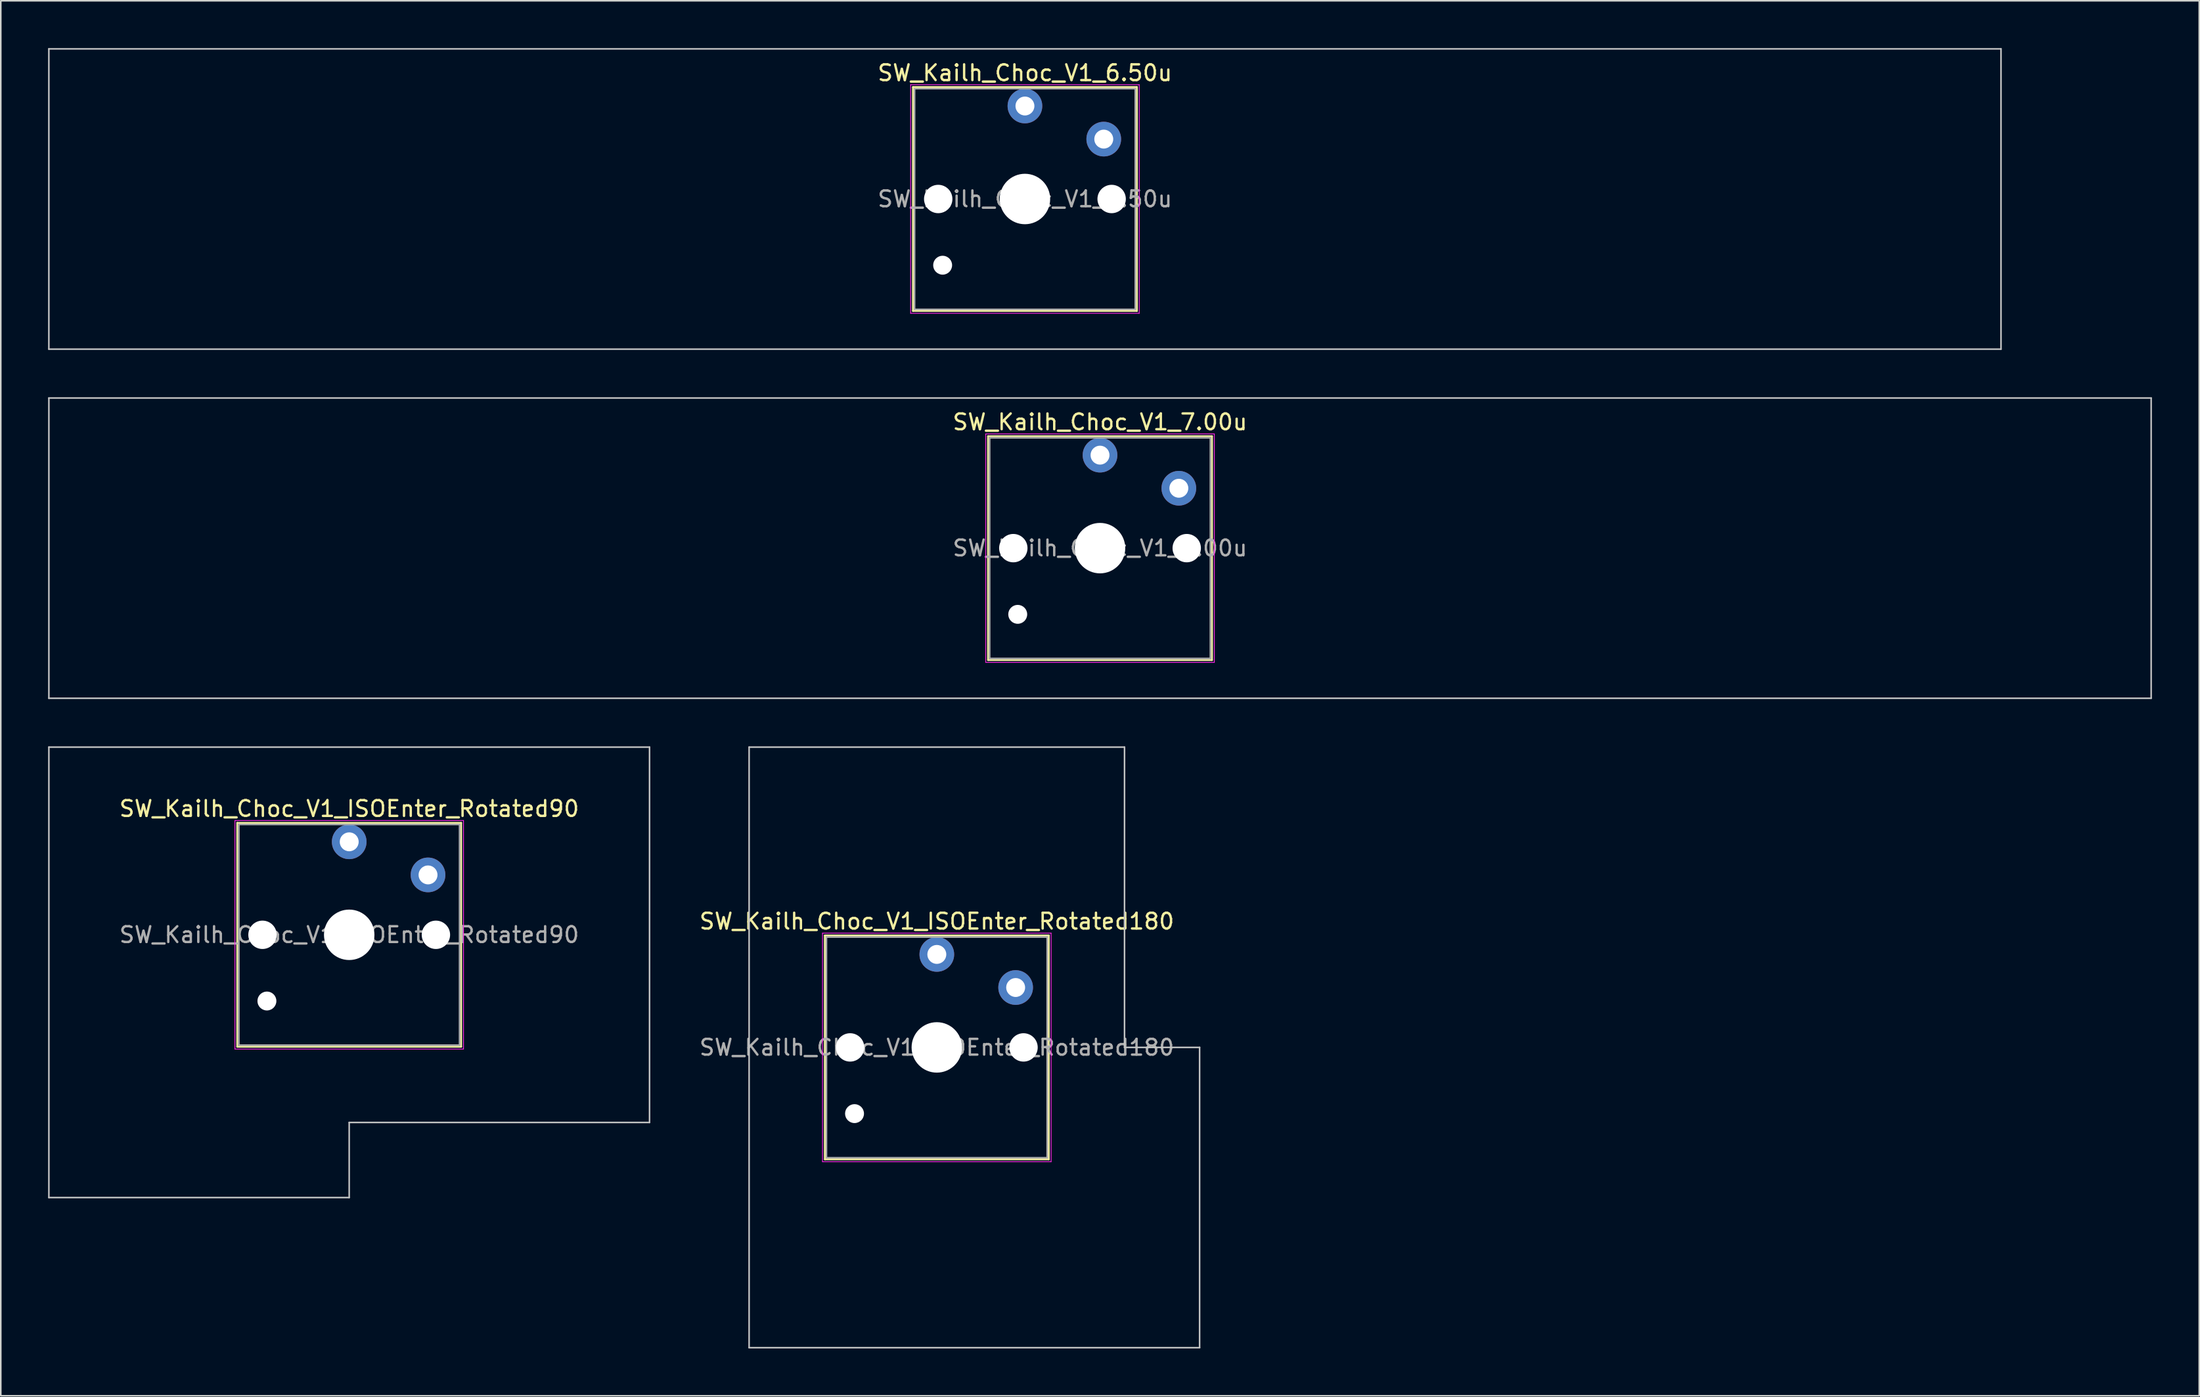
<source format=kicad_pcb>
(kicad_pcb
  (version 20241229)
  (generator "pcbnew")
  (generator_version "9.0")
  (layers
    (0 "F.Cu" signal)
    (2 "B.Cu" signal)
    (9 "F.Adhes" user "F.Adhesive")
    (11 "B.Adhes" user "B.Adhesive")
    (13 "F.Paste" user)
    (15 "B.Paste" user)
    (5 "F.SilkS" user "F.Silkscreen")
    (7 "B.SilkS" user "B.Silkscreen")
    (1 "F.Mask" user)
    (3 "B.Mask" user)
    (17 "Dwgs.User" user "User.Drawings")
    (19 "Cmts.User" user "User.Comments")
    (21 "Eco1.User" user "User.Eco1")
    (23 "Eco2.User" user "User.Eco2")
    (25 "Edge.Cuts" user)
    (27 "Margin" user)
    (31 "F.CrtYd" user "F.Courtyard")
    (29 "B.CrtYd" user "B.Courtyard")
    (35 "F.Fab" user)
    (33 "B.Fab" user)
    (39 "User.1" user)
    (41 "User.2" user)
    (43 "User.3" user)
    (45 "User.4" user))
  (footprint "SW_Kailh_Choc_V1_7.00u"
    (layer "F.Cu")
    (at 66.725 31.725)
    (property "Reference" "SW_Kailh_Choc_V1_7.00u" (at 0 -8 0) (layer "F.SilkS") (effects (font (size 1 1) (thickness 0.15))))
    (attr through_hole)
    (fp_line (start -7.1 -7.1) (end -7.1 7.1) (stroke (width 0.12) (type solid)) (layer "F.SilkS"))
    (fp_line (start -7.1 7.1) (end 7.1 7.1) (stroke (width 0.12) (type solid)) (layer "F.SilkS"))
    (fp_line (start 7.1 -7.1) (end -7.1 -7.1) (stroke (width 0.12) (type solid)) (layer "F.SilkS"))
    (fp_line (start 7.1 7.1) (end 7.1 -7.1) (stroke (width 0.12) (type solid)) (layer "F.SilkS"))
    (fp_line (start -66.675 -9.525) (end -66.675 9.525) (stroke (width 0.1) (type solid)) (layer "Dwgs.User"))
    (fp_line (start -66.675 9.525) (end 66.675 9.525) (stroke (width 0.1) (type solid)) (layer "Dwgs.User"))
    (fp_line (start 66.675 -9.525) (end -66.675 -9.525) (stroke (width 0.1) (type solid)) (layer "Dwgs.User"))
    (fp_line (start 66.675 9.525) (end 66.675 -9.525) (stroke (width 0.1) (type solid)) (layer "Dwgs.User"))
    (fp_line (start -7.25 -7.25) (end -7.25 7.25) (stroke (width 0.05) (type solid)) (layer "F.CrtYd"))
    (fp_line (start -7.25 7.25) (end 7.25 7.25) (stroke (width 0.05) (type solid)) (layer "F.CrtYd"))
    (fp_line (start 7.25 -7.25) (end -7.25 -7.25) (stroke (width 0.05) (type solid)) (layer "F.CrtYd"))
    (fp_line (start 7.25 7.25) (end 7.25 -7.25) (stroke (width 0.05) (type solid)) (layer "F.CrtYd"))
    (fp_line (start -7 -7) (end -7 7) (stroke (width 0.1) (type solid)) (layer "F.Fab"))
    (fp_line (start -7 7) (end 7 7) (stroke (width 0.1) (type solid)) (layer "F.Fab"))
    (fp_line (start 7 -7) (end -7 -7) (stroke (width 0.1) (type solid)) (layer "F.Fab"))
    (fp_line (start 7 7) (end 7 -7) (stroke (width 0.1) (type solid)) (layer "F.Fab"))
    (fp_text user "${REFERENCE}" (at 0 0 0) (layer "F.Fab") (effects (font (size 1 1) (thickness 0.15))))
    (pad "" np_thru_hole circle (at -5.5 0) (size 1.8 1.8) (drill 1.8) (layers "*.Cu" "*.Mask"))
    (pad "" np_thru_hole circle (at -5.22 4.2) (size 1.2 1.2) (drill 1.2) (layers "*.Cu" "*.Mask"))
    (pad "" np_thru_hole circle (at 0 0) (size 3.2 3.2) (drill 3.2) (layers "*.Cu" "*.Mask"))
    (pad "" np_thru_hole circle (at 5.5 0) (size 1.8 1.8) (drill 1.8) (layers "*.Cu" "*.Mask"))
    (pad "1" thru_hole circle (at 0 -5.9) (size 2.2 2.2) (drill 1.2) (layers "*.Cu" "B.Mask"))
    (pad "2" thru_hole circle (at 5 -3.8) (size 2.2 2.2) (drill 1.2) (layers "*.Cu" "B.Mask")))
  (footprint "SW_Kailh_Choc_V1_6.50u"
    (layer "F.Cu")
    (at 61.962 9.575)
    (property "Reference" "SW_Kailh_Choc_V1_6.50u" (at 0 -8 0) (layer "F.SilkS") (effects (font (size 1 1) (thickness 0.15))))
    (attr through_hole)
    (fp_line (start -7.1 -7.1) (end -7.1 7.1) (stroke (width 0.12) (type solid)) (layer "F.SilkS"))
    (fp_line (start -7.1 7.1) (end 7.1 7.1) (stroke (width 0.12) (type solid)) (layer "F.SilkS"))
    (fp_line (start 7.1 -7.1) (end -7.1 -7.1) (stroke (width 0.12) (type solid)) (layer "F.SilkS"))
    (fp_line (start 7.1 7.1) (end 7.1 -7.1) (stroke (width 0.12) (type solid)) (layer "F.SilkS"))
    (fp_line (start -61.913 -9.525) (end -61.913 9.525) (stroke (width 0.1) (type solid)) (layer "Dwgs.User"))
    (fp_line (start -61.913 9.525) (end 61.913 9.525) (stroke (width 0.1) (type solid)) (layer "Dwgs.User"))
    (fp_line (start 61.913 -9.525) (end -61.913 -9.525) (stroke (width 0.1) (type solid)) (layer "Dwgs.User"))
    (fp_line (start 61.913 9.525) (end 61.913 -9.525) (stroke (width 0.1) (type solid)) (layer "Dwgs.User"))
    (fp_line (start -7.25 -7.25) (end -7.25 7.25) (stroke (width 0.05) (type solid)) (layer "F.CrtYd"))
    (fp_line (start -7.25 7.25) (end 7.25 7.25) (stroke (width 0.05) (type solid)) (layer "F.CrtYd"))
    (fp_line (start 7.25 -7.25) (end -7.25 -7.25) (stroke (width 0.05) (type solid)) (layer "F.CrtYd"))
    (fp_line (start 7.25 7.25) (end 7.25 -7.25) (stroke (width 0.05) (type solid)) (layer "F.CrtYd"))
    (fp_line (start -7 -7) (end -7 7) (stroke (width 0.1) (type solid)) (layer "F.Fab"))
    (fp_line (start -7 7) (end 7 7) (stroke (width 0.1) (type solid)) (layer "F.Fab"))
    (fp_line (start 7 -7) (end -7 -7) (stroke (width 0.1) (type solid)) (layer "F.Fab"))
    (fp_line (start 7 7) (end 7 -7) (stroke (width 0.1) (type solid)) (layer "F.Fab"))
    (fp_text user "${REFERENCE}" (at 0 0 0) (layer "F.Fab") (effects (font (size 1 1) (thickness 0.15))))
    (pad "" np_thru_hole circle (at -5.5 0) (size 1.8 1.8) (drill 1.8) (layers "*.Cu" "*.Mask"))
    (pad "" np_thru_hole circle (at -5.22 4.2) (size 1.2 1.2) (drill 1.2) (layers "*.Cu" "*.Mask"))
    (pad "" np_thru_hole circle (at 0 0) (size 3.2 3.2) (drill 3.2) (layers "*.Cu" "*.Mask"))
    (pad "" np_thru_hole circle (at 5.5 0) (size 1.8 1.8) (drill 1.8) (layers "*.Cu" "*.Mask"))
    (pad "1" thru_hole circle (at 0 -5.9) (size 2.2 2.2) (drill 1.2) (layers "*.Cu" "B.Mask"))
    (pad "2" thru_hole circle (at 5 -3.8) (size 2.2 2.2) (drill 1.2) (layers "*.Cu" "B.Mask")))
  (footprint "SW_Kailh_Choc_V1_ISOEnter_Rotated180"
    (layer "F.Cu")
    (at 56.373 63.4)
    (property "Reference" "SW_Kailh_Choc_V1_ISOEnter_Rotated180" (at 0 -8 0) (layer "F.SilkS") (effects (font (size 1 1) (thickness 0.15))))
    (attr through_hole)
    (fp_line (start -7.1 -7.1) (end -7.1 7.1) (stroke (width 0.12) (type solid)) (layer "F.SilkS"))
    (fp_line (start -7.1 7.1) (end 7.1 7.1) (stroke (width 0.12) (type solid)) (layer "F.SilkS"))
    (fp_line (start 7.1 -7.1) (end -7.1 -7.1) (stroke (width 0.12) (type solid)) (layer "F.SilkS"))
    (fp_line (start 7.1 7.1) (end 7.1 -7.1) (stroke (width 0.12) (type solid)) (layer "F.SilkS"))
    (fp_line (start -11.906 -19.05) (end -11.906 19.05) (stroke (width 0.1) (type solid)) (layer "Dwgs.User"))
    (fp_line (start -11.906 19.05) (end 16.669 19.05) (stroke (width 0.1) (type solid)) (layer "Dwgs.User"))
    (fp_line (start 11.906 -19.05) (end -11.906 -19.05) (stroke (width 0.1) (type solid)) (layer "Dwgs.User"))
    (fp_line (start 11.906 0) (end 11.906 -19.05) (stroke (width 0.1) (type solid)) (layer "Dwgs.User"))
    (fp_line (start 16.669 0) (end 11.906 0) (stroke (width 0.1) (type solid)) (layer "Dwgs.User"))
    (fp_line (start 16.669 19.05) (end 16.669 0) (stroke (width 0.1) (type solid)) (layer "Dwgs.User"))
    (fp_line (start -7.25 -7.25) (end -7.25 7.25) (stroke (width 0.05) (type solid)) (layer "F.CrtYd"))
    (fp_line (start -7.25 7.25) (end 7.25 7.25) (stroke (width 0.05) (type solid)) (layer "F.CrtYd"))
    (fp_line (start 7.25 -7.25) (end -7.25 -7.25) (stroke (width 0.05) (type solid)) (layer "F.CrtYd"))
    (fp_line (start 7.25 7.25) (end 7.25 -7.25) (stroke (width 0.05) (type solid)) (layer "F.CrtYd"))
    (fp_line (start -7 -7) (end -7 7) (stroke (width 0.1) (type solid)) (layer "F.Fab"))
    (fp_line (start -7 7) (end 7 7) (stroke (width 0.1) (type solid)) (layer "F.Fab"))
    (fp_line (start 7 -7) (end -7 -7) (stroke (width 0.1) (type solid)) (layer "F.Fab"))
    (fp_line (start 7 7) (end 7 -7) (stroke (width 0.1) (type solid)) (layer "F.Fab"))
    (fp_text user "${REFERENCE}" (at 0 0 0) (layer "F.Fab") (effects (font (size 1 1) (thickness 0.15))))
    (pad "" np_thru_hole circle (at -5.5 0) (size 1.8 1.8) (drill 1.8) (layers "*.Cu" "*.Mask"))
    (pad "" np_thru_hole circle (at -5.22 4.2) (size 1.2 1.2) (drill 1.2) (layers "*.Cu" "*.Mask"))
    (pad "" np_thru_hole circle (at 0 0) (size 3.2 3.2) (drill 3.2) (layers "*.Cu" "*.Mask"))
    (pad "" np_thru_hole circle (at 5.5 0) (size 1.8 1.8) (drill 1.8) (layers "*.Cu" "*.Mask"))
    (pad "1" thru_hole circle (at 0 -5.9) (size 2.2 2.2) (drill 1.2) (layers "*.Cu" "B.Mask"))
    (pad "2" thru_hole circle (at 5 -3.8) (size 2.2 2.2) (drill 1.2) (layers "*.Cu" "B.Mask")))
  (footprint "SW_Kailh_Choc_V1_ISOEnter_Rotated90"
    (layer "F.Cu")
    (at 19.1 56.256)
    (property "Reference" "SW_Kailh_Choc_V1_ISOEnter_Rotated90" (at 0 -8 0) (layer "F.SilkS") (effects (font (size 1 1) (thickness 0.15))))
    (attr through_hole)
    (fp_line (start -7.1 -7.1) (end -7.1 7.1) (stroke (width 0.12) (type solid)) (layer "F.SilkS"))
    (fp_line (start -7.1 7.1) (end 7.1 7.1) (stroke (width 0.12) (type solid)) (layer "F.SilkS"))
    (fp_line (start 7.1 -7.1) (end -7.1 -7.1) (stroke (width 0.12) (type solid)) (layer "F.SilkS"))
    (fp_line (start 7.1 7.1) (end 7.1 -7.1) (stroke (width 0.12) (type solid)) (layer "F.SilkS"))
    (fp_line (start -19.05 -11.906) (end -19.05 16.669) (stroke (width 0.1) (type solid)) (layer "Dwgs.User"))
    (fp_line (start -19.05 16.669) (end 0 16.669) (stroke (width 0.1) (type solid)) (layer "Dwgs.User"))
    (fp_line (start 0 11.906) (end 19.05 11.906) (stroke (width 0.1) (type solid)) (layer "Dwgs.User"))
    (fp_line (start 0 16.669) (end 0 11.906) (stroke (width 0.1) (type solid)) (layer "Dwgs.User"))
    (fp_line (start 19.05 -11.906) (end -19.05 -11.906) (stroke (width 0.1) (type solid)) (layer "Dwgs.User"))
    (fp_line (start 19.05 11.906) (end 19.05 -11.906) (stroke (width 0.1) (type solid)) (layer "Dwgs.User"))
    (fp_line (start -7.25 -7.25) (end -7.25 7.25) (stroke (width 0.05) (type solid)) (layer "F.CrtYd"))
    (fp_line (start -7.25 7.25) (end 7.25 7.25) (stroke (width 0.05) (type solid)) (layer "F.CrtYd"))
    (fp_line (start 7.25 -7.25) (end -7.25 -7.25) (stroke (width 0.05) (type solid)) (layer "F.CrtYd"))
    (fp_line (start 7.25 7.25) (end 7.25 -7.25) (stroke (width 0.05) (type solid)) (layer "F.CrtYd"))
    (fp_line (start -7 -7) (end -7 7) (stroke (width 0.1) (type solid)) (layer "F.Fab"))
    (fp_line (start -7 7) (end 7 7) (stroke (width 0.1) (type solid)) (layer "F.Fab"))
    (fp_line (start 7 -7) (end -7 -7) (stroke (width 0.1) (type solid)) (layer "F.Fab"))
    (fp_line (start 7 7) (end 7 -7) (stroke (width 0.1) (type solid)) (layer "F.Fab"))
    (fp_text user "${REFERENCE}" (at 0 0 0) (layer "F.Fab") (effects (font (size 1 1) (thickness 0.15))))
    (pad "" np_thru_hole circle (at -5.5 0) (size 1.8 1.8) (drill 1.8) (layers "*.Cu" "*.Mask"))
    (pad "" np_thru_hole circle (at -5.22 4.2) (size 1.2 1.2) (drill 1.2) (layers "*.Cu" "*.Mask"))
    (pad "" np_thru_hole circle (at 0 0) (size 3.2 3.2) (drill 3.2) (layers "*.Cu" "*.Mask"))
    (pad "" np_thru_hole circle (at 5.5 0) (size 1.8 1.8) (drill 1.8) (layers "*.Cu" "*.Mask"))
    (pad "1" thru_hole circle (at 0 -5.9) (size 2.2 2.2) (drill 1.2) (layers "*.Cu" "B.Mask"))
    (pad "2" thru_hole circle (at 5 -3.8) (size 2.2 2.2) (drill 1.2) (layers "*.Cu" "B.Mask")))
  (gr_rect
    (start -3 -3)
    (end 136.45 85.5)
    (stroke (width 0.1) (type default))
    (fill no)
    (layer "Edge.Cuts")))
</source>
